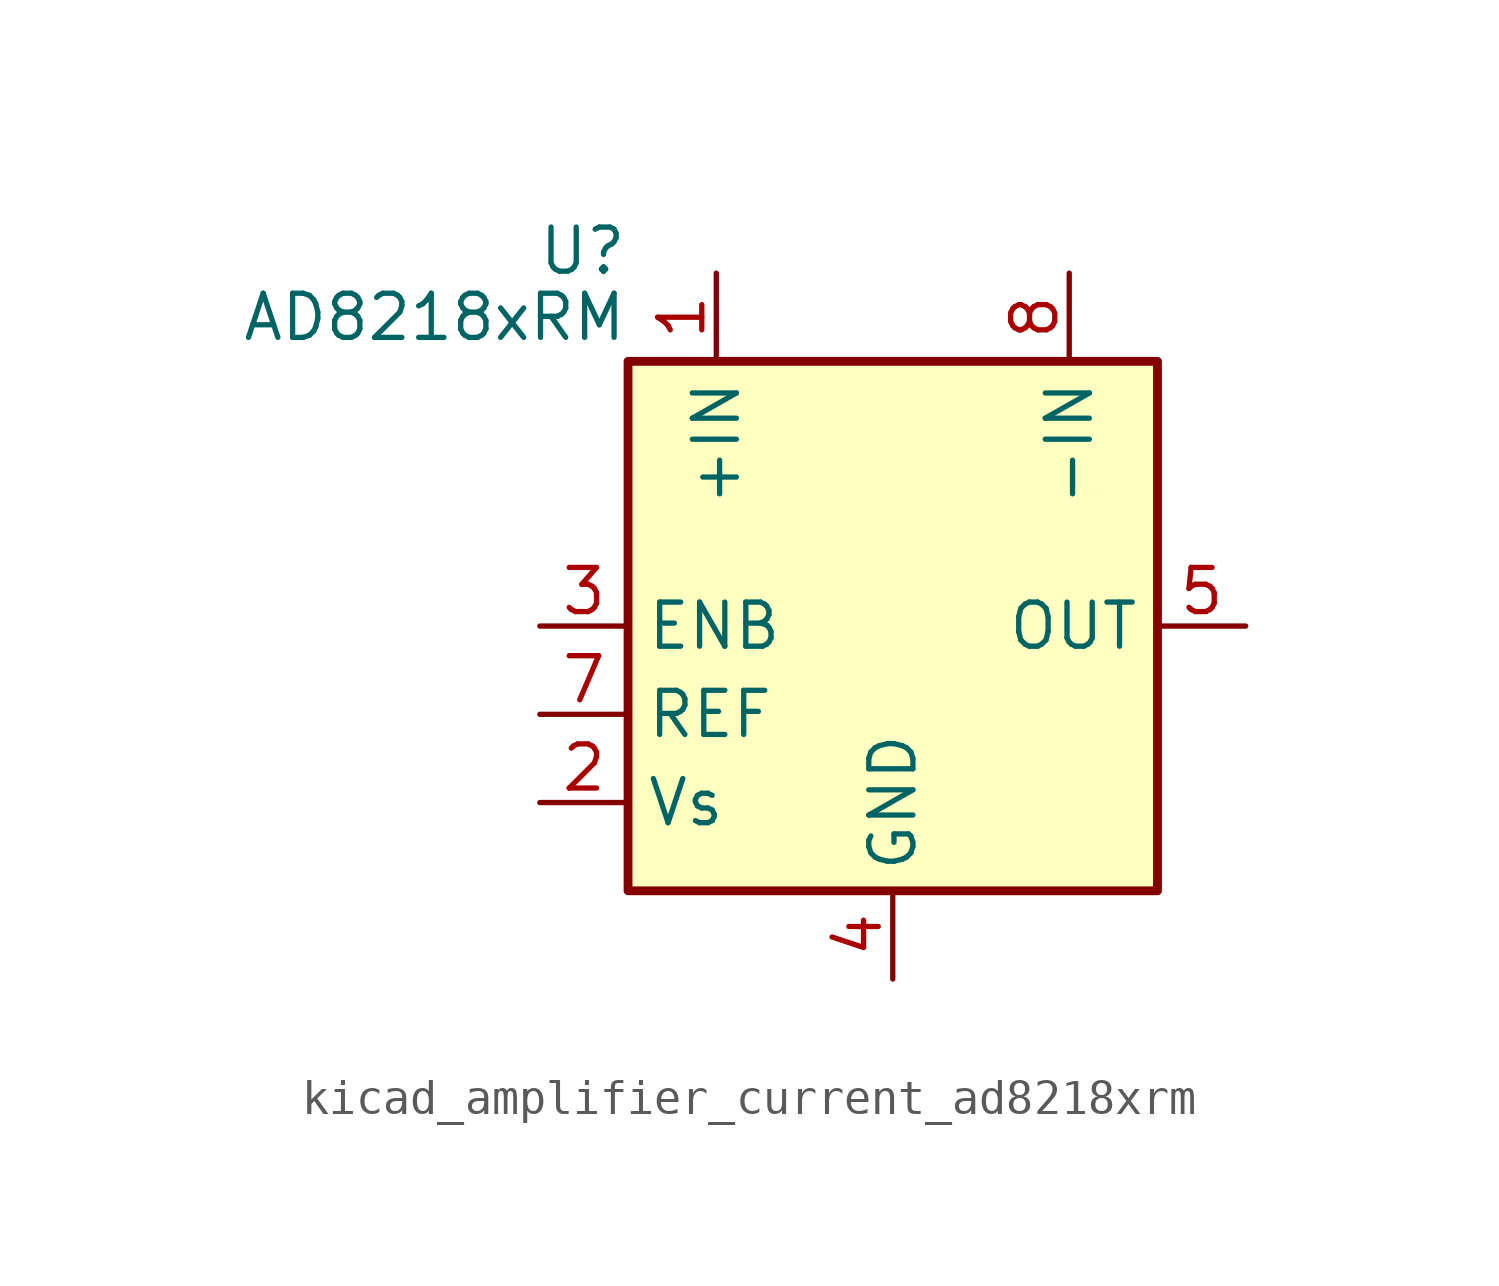
<source format=kicad_sym>
(kicad_symbol_lib
  (version 20220914)
  (generator kicad_symbol_editor)
  (symbol "kicad_amplifier_current_ad8218xrm"
    (property "Reference" "U"
      (at -7.62 10.795 0)
      (effects (font (size 1.27 1.27)) (justify right)))
    (property "Value" "AD8218xRM"
      (at -7.62 8.89 0)
      (effects (font (size 1.27 1.27)) (justify right)))
    (symbol "kicad_amplifier_current_ad8218xrm_0_1"
      (rectangle (start -7.62 7.62) (end 7.62 -7.62) (stroke (width 0.254) (type default)) (fill (type background))))
    (symbol "kicad_amplifier_current_ad8218xrm_1_1"
      (pin input line (at -5.08 10.16 270) (length 2.54) (name "+IN" (effects (font (size 1.27 1.27)))) (number "1" (effects (font (size 1.27 1.27)))))
      (pin passive line (at -10.16 -5.08 0) (length 2.54) (name "Vs" (effects (font (size 1.27 1.27)))) (number "2" (effects (font (size 1.27 1.27)))))
      (pin input line (at -10.16 0 0) (length 2.54) (name "ENB" (effects (font (size 1.27 1.27)))) (number "3" (effects (font (size 1.27 1.27)))))
      (pin power_in line (at 0 -10.16 90) (length 2.54) (name "GND" (effects (font (size 1.27 1.27)))) (number "4" (effects (font (size 1.27 1.27)))))
      (pin output line (at 10.16 0 180) (length 2.54) (name "OUT" (effects (font (size 1.27 1.27)))) (number "5" (effects (font (size 1.27 1.27)))))
      (pin no_connect line (at 2.54 -7.62 90) (length 2.54) hide (name "NC" (effects (font (size 1.27 1.27)))) (number "6" (effects (font (size 1.27 1.27)))))
      (pin input line (at -10.16 -2.54 0) (length 2.54) (name "REF" (effects (font (size 1.27 1.27)))) (number "7" (effects (font (size 1.27 1.27)))))
      (pin input line (at 5.08 10.16 270) (length 2.54) (name "-IN" (effects (font (size 1.27 1.27)))) (number "8" (effects (font (size 1.27 1.27))))))))
</source>
